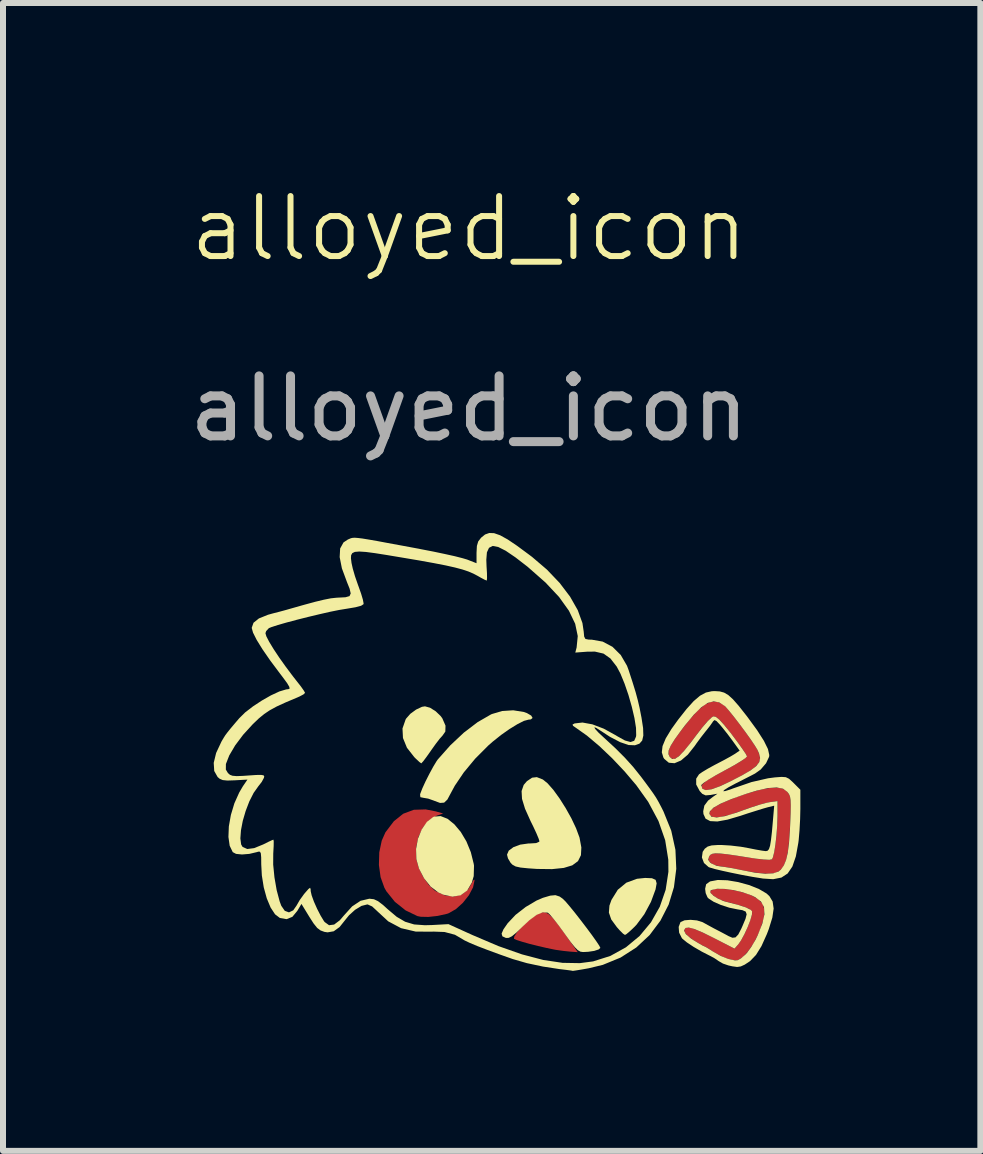
<source format=kicad_pcb>
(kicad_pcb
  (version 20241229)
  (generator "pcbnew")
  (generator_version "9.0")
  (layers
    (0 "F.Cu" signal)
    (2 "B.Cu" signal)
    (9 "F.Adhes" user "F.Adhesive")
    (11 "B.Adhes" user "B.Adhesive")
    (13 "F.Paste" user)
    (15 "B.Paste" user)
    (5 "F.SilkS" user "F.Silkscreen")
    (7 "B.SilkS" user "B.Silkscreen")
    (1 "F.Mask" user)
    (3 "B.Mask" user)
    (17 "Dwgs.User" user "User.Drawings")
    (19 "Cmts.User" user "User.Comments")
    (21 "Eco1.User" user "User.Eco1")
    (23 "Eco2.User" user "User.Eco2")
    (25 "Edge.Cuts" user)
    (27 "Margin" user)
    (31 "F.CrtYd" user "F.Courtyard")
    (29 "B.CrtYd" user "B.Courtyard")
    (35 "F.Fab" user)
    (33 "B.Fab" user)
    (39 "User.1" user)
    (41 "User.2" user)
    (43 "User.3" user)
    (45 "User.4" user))
  (footprint "alloyed_icon"
    (layer "F.Cu")
    (at 4.768 1.26)
    (property "Reference" "alloyed_icon" (at 0 -0.5 0) (unlocked yes) (layer "F.SilkS") (effects (font (size 1 1) (thickness 0.1))))
    (attr smd)
    (fp_poly (pts (xy 1.322 10.921) (xy 1.393 10.987) (xy 1.48 11.093) (xy 1.591 11.246) (xy 1.66 11.344) (xy 1.811 11.559) (xy 1.685 11.55) (xy 1.569 11.538) (xy 1.442 11.52) (xy 1.421 11.516) (xy 1.291 11.489) (xy 1.148 11.456) (xy 1.008 11.421) (xy 0.885 11.386) (xy 0.794 11.357) (xy 0.749 11.337) (xy 0.748 11.337) (xy 0.752 11.3) (xy 0.794 11.234) (xy 0.865 11.152) (xy 0.953 11.065) (xy 1.05 10.986) (xy 1.057 10.98) (xy 1.136 10.926) (xy 1.202 10.896) (xy 1.261 10.892)) (stroke (width 0) (type solid)) (fill yes) (layer "F.Cu"))
    (fp_poly (pts (xy -0.559 9.212) (xy -0.432 9.248) (xy -0.54 9.285) (xy -0.667 9.361) (xy -0.771 9.484) (xy -0.845 9.641) (xy -0.884 9.819) (xy -0.88 10.003) (xy -0.88 10.006) (xy -0.839 10.153) (xy -0.765 10.305) (xy -0.672 10.438) (xy -0.573 10.532) (xy -0.561 10.54) (xy -0.401 10.613) (xy -0.251 10.631) (xy -0.12 10.597) (xy -0.016 10.511) (xy 0.032 10.433) (xy 0.066 10.368) (xy 0.088 10.348) (xy 0.091 10.36) (xy 0.066 10.479) (xy -0.003 10.61) (xy -0.103 10.736) (xy -0.22 10.842) (xy -0.342 10.911) (xy -0.368 10.92) (xy -0.525 10.955) (xy -0.679 10.972) (xy -0.807 10.969) (xy -0.861 10.958) (xy -1.058 10.863) (xy -1.237 10.72) (xy -1.378 10.545) (xy -1.411 10.487) (xy -1.475 10.309) (xy -1.503 10.106) (xy -1.497 9.896) (xy -1.456 9.701) (xy -1.395 9.563) (xy -1.254 9.377) (xy -1.098 9.252) (xy -0.921 9.186) (xy -0.723 9.18)) (stroke (width 0) (type solid)) (fill yes) (layer "F.Cu"))
    (fp_poly (pts (xy 4.337 10.513) (xy 4.49 10.543) (xy 4.642 10.587) (xy 4.708 10.613) (xy 4.825 10.679) (xy 4.897 10.76) (xy 4.924 10.866) (xy 4.909 11.002) (xy 4.853 11.176) (xy 4.81 11.277) (xy 4.737 11.418) (xy 4.651 11.543) (xy 4.564 11.638) (xy 4.487 11.689) (xy 4.478 11.692) (xy 4.41 11.692) (xy 4.319 11.673) (xy 4.302 11.667) (xy 4.199 11.623) (xy 4.088 11.562) (xy 4.06 11.545) (xy 3.984 11.496) (xy 3.932 11.466) (xy 3.921 11.462) (xy 3.888 11.447) (xy 3.819 11.406) (xy 3.745 11.362) (xy 3.646 11.29) (xy 3.592 11.228) (xy 3.585 11.203) (xy 3.6 11.16) (xy 3.648 11.147) (xy 3.735 11.166) (xy 3.864 11.218) (xy 4.041 11.303) (xy 4.079 11.322) (xy 4.424 11.5) (xy 4.491 11.422) (xy 4.542 11.347) (xy 4.597 11.243) (xy 4.649 11.126) (xy 4.691 11.014) (xy 4.716 10.924) (xy 4.717 10.878) (xy 4.673 10.84) (xy 4.57 10.797) (xy 4.413 10.751) (xy 4.283 10.719) (xy 4.194 10.689) (xy 4.11 10.644) (xy 4.046 10.596) (xy 4.016 10.554) (xy 4.02 10.537) (xy 4.087 10.509) (xy 4.197 10.502)) (stroke (width 0) (type solid)) (fill yes) (layer "F.Cu"))
    (fp_poly (pts (xy 4.134 7.384) (xy 4.225 7.428) (xy 4.261 7.456) (xy 4.311 7.51) (xy 4.386 7.601) (xy 4.478 7.719) (xy 4.574 7.847) (xy 4.666 7.974) (xy 4.743 8.085) (xy 4.794 8.166) (xy 4.803 8.182) (xy 4.84 8.269) (xy 4.849 8.342) (xy 4.826 8.409) (xy 4.765 8.475) (xy 4.661 8.549) (xy 4.507 8.635) (xy 4.355 8.712) (xy 4.173 8.797) (xy 4.038 8.845) (xy 3.946 8.858) (xy 3.891 8.837) (xy 3.873 8.803) (xy 3.887 8.765) (xy 3.94 8.716) (xy 4.037 8.653) (xy 4.184 8.571) (xy 4.251 8.535) (xy 4.391 8.459) (xy 4.507 8.391) (xy 4.59 8.336) (xy 4.63 8.302) (xy 4.632 8.298) (xy 4.614 8.26) (xy 4.564 8.183) (xy 4.489 8.078) (xy 4.397 7.955) (xy 4.386 7.941) (xy 4.273 7.797) (xy 4.188 7.701) (xy 4.127 7.646) (xy 4.084 7.628) (xy 4.077 7.628) (xy 4.029 7.658) (xy 3.953 7.735) (xy 3.855 7.854) (xy 3.775 7.959) (xy 3.648 8.126) (xy 3.549 8.243) (xy 3.472 8.313) (xy 3.414 8.341) (xy 3.369 8.331) (xy 3.345 8.307) (xy 3.323 8.258) (xy 3.326 8.198) (xy 3.359 8.12) (xy 3.427 8.012) (xy 3.532 7.866) (xy 3.533 7.865) (xy 3.689 7.666) (xy 3.822 7.521) (xy 3.938 7.428) (xy 4.04 7.383)) (stroke (width 0) (type solid)) (fill yes) (layer "F.Cu"))
    (fp_poly (pts (xy 5.255 8.847) (xy 5.306 8.89) (xy 5.331 8.926) (xy 5.349 8.967) (xy 5.358 9.024) (xy 5.361 9.11) (xy 5.359 9.235) (xy 5.352 9.412) (xy 5.352 9.414) (xy 5.337 9.673) (xy 5.315 9.875) (xy 5.283 10.026) (xy 5.238 10.133) (xy 5.177 10.202) (xy 5.097 10.24) (xy 4.995 10.252) (xy 4.968 10.252) (xy 4.859 10.244) (xy 4.716 10.224) (xy 4.566 10.196) (xy 4.537 10.19) (xy 4.404 10.163) (xy 4.285 10.142) (xy 4.203 10.131) (xy 4.187 10.13) (xy 4.098 10.11) (xy 4.036 10.079) (xy 3.988 10.033) (xy 3.99 9.985) (xy 4 9.964) (xy 4.021 9.937) (xy 4.053 9.92) (xy 4.107 9.912) (xy 4.189 9.915) (xy 4.309 9.928) (xy 4.474 9.952) (xy 4.691 9.987) (xy 4.836 10.007) (xy 4.953 10.018) (xy 5.027 10.018) (xy 5.047 10.012) (xy 5.069 9.961) (xy 5.091 9.861) (xy 5.111 9.727) (xy 5.127 9.572) (xy 5.137 9.411) (xy 5.14 9.291) (xy 5.14 9.04) (xy 5.005 9.06) (xy 4.916 9.08) (xy 4.789 9.117) (xy 4.645 9.165) (xy 4.569 9.193) (xy 4.352 9.268) (xy 4.187 9.307) (xy 4.075 9.312) (xy 4.015 9.281) (xy 4.004 9.253) (xy 4.024 9.196) (xy 4.101 9.133) (xy 4.236 9.063) (xy 4.432 8.984) (xy 4.616 8.92) (xy 4.844 8.853) (xy 5.022 8.819) (xy 5.157 8.817)) (stroke (width 0) (type solid)) (fill yes) (layer "F.Cu"))
    (fp_poly (pts (xy 1.322 10.921) (xy 1.393 10.987) (xy 1.48 11.093) (xy 1.591 11.246) (xy 1.66 11.344) (xy 1.811 11.559) (xy 1.685 11.55) (xy 1.569 11.538) (xy 1.442 11.52) (xy 1.421 11.516) (xy 1.291 11.489) (xy 1.148 11.456) (xy 1.008 11.421) (xy 0.885 11.386) (xy 0.794 11.357) (xy 0.749 11.337) (xy 0.748 11.337) (xy 0.752 11.3) (xy 0.794 11.234) (xy 0.865 11.152) (xy 0.953 11.065) (xy 1.05 10.986) (xy 1.057 10.98) (xy 1.136 10.926) (xy 1.202 10.896) (xy 1.261 10.892)) (stroke (width 0) (type solid)) (fill yes) (layer "F.Mask"))
    (fp_poly (pts (xy -0.559 9.212) (xy -0.432 9.248) (xy -0.54 9.285) (xy -0.667 9.361) (xy -0.771 9.484) (xy -0.845 9.641) (xy -0.884 9.819) (xy -0.88 10.003) (xy -0.88 10.006) (xy -0.839 10.153) (xy -0.765 10.305) (xy -0.672 10.438) (xy -0.573 10.532) (xy -0.561 10.54) (xy -0.401 10.613) (xy -0.251 10.631) (xy -0.12 10.597) (xy -0.016 10.511) (xy 0.032 10.433) (xy 0.066 10.368) (xy 0.088 10.348) (xy 0.091 10.36) (xy 0.066 10.479) (xy -0.003 10.61) (xy -0.103 10.736) (xy -0.22 10.842) (xy -0.342 10.911) (xy -0.368 10.92) (xy -0.525 10.955) (xy -0.679 10.972) (xy -0.807 10.969) (xy -0.861 10.958) (xy -1.058 10.863) (xy -1.237 10.72) (xy -1.378 10.545) (xy -1.411 10.487) (xy -1.475 10.309) (xy -1.503 10.106) (xy -1.497 9.896) (xy -1.456 9.701) (xy -1.395 9.563) (xy -1.254 9.377) (xy -1.098 9.252) (xy -0.921 9.186) (xy -0.723 9.18)) (stroke (width 0) (type solid)) (fill yes) (layer "F.Mask"))
    (fp_poly (pts (xy 4.337 10.513) (xy 4.49 10.543) (xy 4.642 10.587) (xy 4.708 10.613) (xy 4.825 10.679) (xy 4.897 10.76) (xy 4.924 10.866) (xy 4.909 11.002) (xy 4.853 11.176) (xy 4.81 11.277) (xy 4.737 11.418) (xy 4.651 11.543) (xy 4.564 11.638) (xy 4.487 11.689) (xy 4.478 11.692) (xy 4.41 11.692) (xy 4.319 11.673) (xy 4.302 11.667) (xy 4.199 11.623) (xy 4.088 11.562) (xy 4.06 11.545) (xy 3.984 11.496) (xy 3.932 11.466) (xy 3.921 11.462) (xy 3.888 11.447) (xy 3.819 11.406) (xy 3.745 11.362) (xy 3.646 11.29) (xy 3.592 11.228) (xy 3.585 11.203) (xy 3.6 11.16) (xy 3.648 11.147) (xy 3.735 11.166) (xy 3.864 11.218) (xy 4.041 11.303) (xy 4.079 11.322) (xy 4.424 11.5) (xy 4.491 11.422) (xy 4.542 11.347) (xy 4.597 11.243) (xy 4.649 11.126) (xy 4.691 11.014) (xy 4.716 10.924) (xy 4.717 10.878) (xy 4.673 10.84) (xy 4.57 10.797) (xy 4.413 10.751) (xy 4.283 10.719) (xy 4.194 10.689) (xy 4.11 10.644) (xy 4.046 10.596) (xy 4.016 10.554) (xy 4.02 10.537) (xy 4.087 10.509) (xy 4.197 10.502)) (stroke (width 0) (type solid)) (fill yes) (layer "F.Mask"))
    (fp_poly (pts (xy 4.134 7.384) (xy 4.225 7.428) (xy 4.261 7.456) (xy 4.311 7.51) (xy 4.386 7.601) (xy 4.478 7.719) (xy 4.574 7.847) (xy 4.666 7.974) (xy 4.743 8.085) (xy 4.794 8.166) (xy 4.803 8.182) (xy 4.84 8.269) (xy 4.849 8.342) (xy 4.826 8.409) (xy 4.765 8.475) (xy 4.661 8.549) (xy 4.507 8.635) (xy 4.355 8.712) (xy 4.173 8.797) (xy 4.038 8.845) (xy 3.946 8.858) (xy 3.891 8.837) (xy 3.873 8.803) (xy 3.887 8.765) (xy 3.94 8.716) (xy 4.037 8.653) (xy 4.184 8.571) (xy 4.251 8.535) (xy 4.391 8.459) (xy 4.507 8.391) (xy 4.59 8.336) (xy 4.63 8.302) (xy 4.632 8.298) (xy 4.614 8.26) (xy 4.564 8.183) (xy 4.489 8.078) (xy 4.397 7.955) (xy 4.386 7.941) (xy 4.273 7.797) (xy 4.188 7.701) (xy 4.127 7.646) (xy 4.084 7.628) (xy 4.077 7.628) (xy 4.029 7.658) (xy 3.953 7.735) (xy 3.855 7.854) (xy 3.775 7.959) (xy 3.648 8.126) (xy 3.549 8.243) (xy 3.472 8.313) (xy 3.414 8.341) (xy 3.369 8.331) (xy 3.345 8.307) (xy 3.323 8.258) (xy 3.326 8.198) (xy 3.359 8.12) (xy 3.427 8.012) (xy 3.532 7.866) (xy 3.533 7.865) (xy 3.689 7.666) (xy 3.822 7.521) (xy 3.938 7.428) (xy 4.04 7.383)) (stroke (width 0) (type solid)) (fill yes) (layer "F.Mask"))
    (fp_poly (pts (xy 5.255 8.847) (xy 5.306 8.89) (xy 5.331 8.926) (xy 5.349 8.967) (xy 5.358 9.024) (xy 5.361 9.11) (xy 5.359 9.235) (xy 5.352 9.412) (xy 5.352 9.414) (xy 5.337 9.673) (xy 5.315 9.875) (xy 5.283 10.026) (xy 5.238 10.133) (xy 5.177 10.202) (xy 5.097 10.24) (xy 4.995 10.252) (xy 4.968 10.252) (xy 4.859 10.244) (xy 4.716 10.224) (xy 4.566 10.196) (xy 4.537 10.19) (xy 4.404 10.163) (xy 4.285 10.142) (xy 4.203 10.131) (xy 4.187 10.13) (xy 4.098 10.11) (xy 4.036 10.079) (xy 3.988 10.033) (xy 3.99 9.985) (xy 4 9.964) (xy 4.021 9.937) (xy 4.053 9.92) (xy 4.107 9.912) (xy 4.189 9.915) (xy 4.309 9.928) (xy 4.474 9.952) (xy 4.691 9.987) (xy 4.836 10.007) (xy 4.953 10.018) (xy 5.027 10.018) (xy 5.047 10.012) (xy 5.069 9.961) (xy 5.091 9.861) (xy 5.111 9.727) (xy 5.127 9.572) (xy 5.137 9.411) (xy 5.14 9.291) (xy 5.14 9.04) (xy 5.005 9.06) (xy 4.916 9.08) (xy 4.789 9.117) (xy 4.645 9.165) (xy 4.569 9.193) (xy 4.352 9.268) (xy 4.187 9.307) (xy 4.075 9.312) (xy 4.015 9.281) (xy 4.004 9.253) (xy 4.024 9.196) (xy 4.101 9.133) (xy 4.236 9.063) (xy 4.432 8.984) (xy 4.616 8.92) (xy 4.844 8.853) (xy 5.022 8.819) (xy 5.157 8.817)) (stroke (width 0) (type solid)) (fill yes) (layer "F.Mask"))
    (fp_poly (pts (xy 3.048 10.327) (xy 3.109 10.354) (xy 3.126 10.412) (xy 3.108 10.511) (xy 3.108 10.512) (xy 3.031 10.721) (xy 2.921 10.926) (xy 2.791 11.101) (xy 2.757 11.137) (xy 2.681 11.209) (xy 2.623 11.258) (xy 2.598 11.272) (xy 2.565 11.25) (xy 2.507 11.192) (xy 2.462 11.141) (xy 2.369 11.014) (xy 2.33 10.9) (xy 2.339 10.783) (xy 2.373 10.688) (xy 2.478 10.519) (xy 2.621 10.401) (xy 2.799 10.336) (xy 2.934 10.322)) (stroke (width 0) (type solid)) (fill yes) (layer "F.SilkS"))
    (fp_poly (pts (xy -0.36 9.336) (xy -0.247 9.427) (xy -0.139 9.555) (xy -0.045 9.713) (xy 0.029 9.893) (xy 0.077 10.086) (xy 0.082 10.117) (xy 0.077 10.292) (xy 0.046 10.399) (xy -0.032 10.532) (xy -0.14 10.611) (xy -0.275 10.634) (xy -0.431 10.601) (xy -0.514 10.563) (xy -0.64 10.467) (xy -0.751 10.328) (xy -0.836 10.164) (xy -0.879 10.008) (xy -0.884 9.838) (xy -0.852 9.667) (xy -0.789 9.512) (xy -0.703 9.387) (xy -0.599 9.307) (xy -0.582 9.3) (xy -0.474 9.291)) (stroke (width 0) (type solid)) (fill yes) (layer "F.SilkS"))
    (fp_poly (pts (xy -0.651 7.485) (xy -0.556 7.545) (xy -0.473 7.625) (xy -0.446 7.662) (xy -0.393 7.784) (xy -0.396 7.883) (xy -0.443 7.95) (xy -0.489 8.001) (xy -0.556 8.088) (xy -0.631 8.193) (xy -0.641 8.208) (xy -0.709 8.304) (xy -0.763 8.376) (xy -0.794 8.41) (xy -0.797 8.412) (xy -0.827 8.391) (xy -0.884 8.338) (xy -0.913 8.309) (xy -1.036 8.152) (xy -1.102 7.99) (xy -1.11 7.831) (xy -1.058 7.681) (xy -1.05 7.667) (xy -0.98 7.587) (xy -0.883 7.516) (xy -0.785 7.47) (xy -0.735 7.462)) (stroke (width 0) (type solid)) (fill yes) (layer "F.SilkS"))
    (fp_poly (pts (xy 0.911 7.556) (xy 0.963 7.574) (xy 1.035 7.616) (xy 1.058 7.655) (xy 1.029 7.68) (xy 0.99 7.684) (xy 0.915 7.704) (xy 0.806 7.759) (xy 0.674 7.84) (xy 0.532 7.94) (xy 0.392 8.052) (xy 0.318 8.117) (xy 0.101 8.335) (xy -0.088 8.563) (xy -0.238 8.785) (xy -0.306 8.911) (xy -0.362 9.016) (xy -0.416 9.067) (xy -0.484 9.072) (xy -0.581 9.036) (xy -0.591 9.032) (xy -0.682 9) (xy -0.759 8.987) (xy -0.812 8.976) (xy -0.817 8.933) (xy -0.812 8.914) (xy -0.78 8.831) (xy -0.727 8.715) (xy -0.662 8.587) (xy -0.597 8.467) (xy -0.542 8.376) (xy -0.523 8.349) (xy -0.313 8.112) (xy -0.087 7.9) (xy 0.143 7.725) (xy 0.363 7.598) (xy 0.381 7.59) (xy 0.55 7.54) (xy 0.736 7.528)) (stroke (width 0) (type solid)) (fill yes) (layer "F.SilkS"))
    (fp_poly (pts (xy 1.228 8.681) (xy 1.229 8.681) (xy 1.308 8.745) (xy 1.404 8.854) (xy 1.507 8.996) (xy 1.61 9.159) (xy 1.705 9.329) (xy 1.783 9.494) (xy 1.837 9.64) (xy 1.841 9.652) (xy 1.871 9.814) (xy 1.864 9.943) (xy 1.815 10.042) (xy 1.72 10.112) (xy 1.578 10.155) (xy 1.383 10.175) (xy 1.133 10.172) (xy 0.986 10.162) (xy 0.858 10.149) (xy 0.776 10.131) (xy 0.722 10.101) (xy 0.692 10.07) (xy 0.648 9.996) (xy 0.632 9.934) (xy 0.661 9.867) (xy 0.739 9.809) (xy 0.852 9.767) (xy 0.986 9.748) (xy 1.005 9.748) (xy 1.117 9.741) (xy 1.168 9.719) (xy 1.172 9.708) (xy 1.158 9.664) (xy 1.122 9.578) (xy 1.069 9.464) (xy 1.024 9.373) (xy 0.932 9.168) (xy 0.882 9.004) (xy 0.875 8.874) (xy 0.91 8.772) (xy 0.964 8.709) (xy 1.05 8.651) (xy 1.129 8.642)) (stroke (width 0) (type solid)) (fill yes) (layer "F.SilkS"))
    (fp_poly (pts (xy 1.509 10.632) (xy 1.56 10.668) (xy 1.606 10.713) (xy 1.676 10.795) (xy 1.764 10.903) (xy 1.86 11.026) (xy 1.957 11.153) (xy 2.047 11.274) (xy 2.12 11.377) (xy 2.17 11.452) (xy 2.188 11.488) (xy 2.159 11.514) (xy 2.085 11.538) (xy 1.984 11.553) (xy 1.899 11.557) (xy 1.856 11.551) (xy 1.813 11.527) (xy 1.761 11.475) (xy 1.692 11.389) (xy 1.598 11.259) (xy 1.583 11.238) (xy 1.492 11.113) (xy 1.411 11.009) (xy 1.348 10.934) (xy 1.312 10.901) (xy 1.311 10.901) (xy 1.228 10.895) (xy 1.127 10.937) (xy 1.003 11.029) (xy 0.892 11.133) (xy 0.787 11.234) (xy 0.714 11.294) (xy 0.66 11.321) (xy 0.615 11.322) (xy 0.611 11.321) (xy 0.555 11.295) (xy 0.542 11.25) (xy 0.573 11.178) (xy 0.644 11.076) (xy 0.775 10.937) (xy 0.943 10.806) (xy 1.124 10.699) (xy 1.231 10.653) (xy 1.353 10.617) (xy 1.439 10.609)) (stroke (width 0) (type solid)) (fill yes) (layer "F.SilkS"))
    (fp_poly (pts (xy 4.305 10.361) (xy 4.484 10.391) (xy 4.664 10.44) (xy 4.828 10.505) (xy 4.956 10.58) (xy 5.005 10.625) (xy 5.059 10.715) (xy 5.076 10.832) (xy 5.054 10.983) (xy 4.995 11.174) (xy 4.963 11.258) (xy 4.873 11.458) (xy 4.782 11.605) (xy 4.683 11.708) (xy 4.594 11.767) (xy 4.528 11.797) (xy 4.467 11.806) (xy 4.388 11.795) (xy 4.321 11.78) (xy 4.231 11.749) (xy 4.163 11.71) (xy 4.091 11.661) (xy 4.029 11.627) (xy 3.88 11.551) (xy 3.742 11.471) (xy 3.629 11.396) (xy 3.556 11.336) (xy 3.546 11.325) (xy 3.501 11.235) (xy 3.498 11.204) (xy 3.584 11.204) (xy 3.612 11.257) (xy 3.69 11.325) (xy 3.745 11.362) (xy 3.833 11.415) (xy 3.897 11.452) (xy 3.921 11.462) (xy 3.953 11.478) (xy 4.02 11.519) (xy 4.06 11.545) (xy 4.193 11.621) (xy 4.322 11.673) (xy 4.43 11.696) (xy 4.478 11.693) (xy 4.534 11.66) (xy 4.606 11.597) (xy 4.634 11.567) (xy 4.702 11.473) (xy 4.773 11.353) (xy 4.81 11.277) (xy 4.887 11.082) (xy 4.922 10.928) (xy 4.915 10.808) (xy 4.865 10.716) (xy 4.77 10.644) (xy 4.708 10.613) (xy 4.562 10.562) (xy 4.407 10.525) (xy 4.259 10.505) (xy 4.133 10.503) (xy 4.045 10.522) (xy 4.02 10.537) (xy 4.024 10.571) (xy 4.071 10.617) (xy 4.146 10.665) (xy 4.234 10.705) (xy 4.283 10.72) (xy 4.474 10.768) (xy 4.613 10.813) (xy 4.695 10.854) (xy 4.717 10.878) (xy 4.714 10.933) (xy 4.688 11.025) (xy 4.644 11.139) (xy 4.591 11.255) (xy 4.536 11.357) (xy 4.491 11.423) (xy 4.424 11.5) (xy 4.079 11.323) (xy 3.893 11.231) (xy 3.755 11.173) (xy 3.661 11.149) (xy 3.606 11.156) (xy 3.585 11.193) (xy 3.584 11.204) (xy 3.498 11.204) (xy 3.493 11.138) (xy 3.522 11.061) (xy 3.527 11.056) (xy 3.591 11.028) (xy 3.69 11.02) (xy 3.798 11.03) (xy 3.891 11.059) (xy 3.902 11.065) (xy 3.982 11.109) (xy 4.081 11.163) (xy 4.108 11.177) (xy 4.21 11.23) (xy 4.304 11.28) (xy 4.323 11.291) (xy 4.389 11.319) (xy 4.44 11.313) (xy 4.486 11.265) (xy 4.537 11.167) (xy 4.556 11.124) (xy 4.607 11.003) (xy 4.626 10.927) (xy 4.61 10.883) (xy 4.555 10.859) (xy 4.474 10.846) (xy 4.337 10.818) (xy 4.198 10.773) (xy 4.077 10.72) (xy 3.992 10.665) (xy 3.973 10.645) (xy 3.943 10.575) (xy 3.934 10.503) (xy 3.951 10.427) (xy 4.013 10.382) (xy 4.021 10.379) (xy 4.145 10.356)) (stroke (width 0) (type solid)) (fill yes) (layer "F.SilkS"))
    (fp_poly (pts (xy 4.177 7.213) (xy 4.25 7.233) (xy 4.321 7.275) (xy 4.399 7.346) (xy 4.493 7.453) (xy 4.612 7.604) (xy 4.64 7.64) (xy 4.8 7.859) (xy 4.913 8.036) (xy 4.981 8.174) (xy 5.003 8.274) (xy 5 8.303) (xy 4.949 8.411) (xy 4.86 8.515) (xy 4.766 8.582) (xy 4.697 8.618) (xy 4.591 8.672) (xy 4.47 8.734) (xy 4.447 8.745) (xy 4.324 8.811) (xy 4.253 8.856) (xy 4.235 8.877) (xy 4.27 8.874) (xy 4.361 8.845) (xy 4.397 8.831) (xy 4.708 8.724) (xy 4.983 8.661) (xy 5.099 8.646) (xy 5.209 8.638) (xy 5.279 8.643) (xy 5.332 8.669) (xy 5.392 8.723) (xy 5.409 8.74) (xy 5.521 8.852) (xy 5.521 9.171) (xy 5.517 9.344) (xy 5.507 9.528) (xy 5.493 9.692) (xy 5.487 9.738) (xy 5.446 9.963) (xy 5.388 10.132) (xy 5.309 10.248) (xy 5.205 10.316) (xy 5.068 10.343) (xy 4.896 10.332) (xy 4.886 10.33) (xy 4.723 10.304) (xy 4.549 10.272) (xy 4.377 10.237) (xy 4.221 10.203) (xy 4.094 10.173) (xy 4.01 10.148) (xy 3.992 10.141) (xy 3.915 10.073) (xy 3.895 10.02) (xy 3.984 10.02) (xy 4.015 10.063) (xy 4.036 10.079) (xy 4.121 10.118) (xy 4.187 10.13) (xy 4.254 10.138) (xy 4.364 10.156) (xy 4.494 10.181) (xy 4.537 10.19) (xy 4.764 10.234) (xy 4.94 10.252) (xy 5.069 10.245) (xy 5.159 10.214) (xy 5.195 10.184) (xy 5.244 10.116) (xy 5.282 10.025) (xy 5.311 9.902) (xy 5.332 9.738) (xy 5.347 9.524) (xy 5.352 9.414) (xy 5.359 9.237) (xy 5.361 9.111) (xy 5.358 9.025) (xy 5.349 8.967) (xy 5.332 8.926) (xy 5.306 8.891) (xy 5.306 8.89) (xy 5.234 8.836) (xy 5.127 8.814) (xy 4.982 8.824) (xy 4.792 8.867) (xy 4.616 8.921) (xy 4.375 9.006) (xy 4.196 9.082) (xy 4.075 9.15) (xy 4.013 9.212) (xy 4.004 9.254) (xy 4.039 9.301) (xy 4.126 9.314) (xy 4.264 9.292) (xy 4.456 9.234) (xy 4.569 9.193) (xy 4.714 9.142) (xy 4.852 9.098) (xy 4.964 9.068) (xy 5.005 9.06) (xy 5.14 9.041) (xy 5.14 9.291) (xy 5.135 9.447) (xy 5.123 9.608) (xy 5.106 9.76) (xy 5.086 9.888) (xy 5.064 9.978) (xy 5.047 10.012) (xy 5.005 10.02) (xy 4.913 10.015) (xy 4.784 10.001) (xy 4.691 9.987) (xy 4.472 9.952) (xy 4.307 9.928) (xy 4.188 9.915) (xy 4.106 9.912) (xy 4.053 9.92) (xy 4.02 9.938) (xy 4 9.965) (xy 3.984 10.02) (xy 3.895 10.02) (xy 3.88 9.981) (xy 3.893 9.887) (xy 3.928 9.835) (xy 3.976 9.799) (xy 4.042 9.78) (xy 4.145 9.773) (xy 4.209 9.773) (xy 4.359 9.782) (xy 4.529 9.802) (xy 4.658 9.825) (xy 4.779 9.849) (xy 4.882 9.867) (xy 4.945 9.875) (xy 4.948 9.875) (xy 4.976 9.868) (xy 4.998 9.841) (xy 5.016 9.786) (xy 5.031 9.694) (xy 5.047 9.556) (xy 5.064 9.363) (xy 5.064 9.361) (xy 5.085 9.118) (xy 4.978 9.144) (xy 4.904 9.165) (xy 4.788 9.201) (xy 4.645 9.246) (xy 4.522 9.287) (xy 4.305 9.351) (xy 4.138 9.381) (xy 4.018 9.375) (xy 3.941 9.334) (xy 3.906 9.257) (xy 3.902 9.21) (xy 3.921 9.116) (xy 3.983 9.033) (xy 4.061 8.973) (xy 4.14 8.918) (xy 4.025 8.939) (xy 3.942 8.946) (xy 3.886 8.92) (xy 3.843 8.873) (xy 3.785 8.765) (xy 3.785 8.667) (xy 3.832 8.595) (xy 3.886 8.557) (xy 3.979 8.501) (xy 4.094 8.438) (xy 4.131 8.419) (xy 4.251 8.356) (xy 4.357 8.298) (xy 4.429 8.255) (xy 4.441 8.247) (xy 4.509 8.2) (xy 4.388 8.032) (xy 4.308 7.925) (xy 4.227 7.823) (xy 4.18 7.767) (xy 4.123 7.707) (xy 4.09 7.691) (xy 4.065 7.714) (xy 4.058 7.726) (xy 4.015 7.787) (xy 3.953 7.866) (xy 3.938 7.884) (xy 3.867 7.975) (xy 3.788 8.082) (xy 3.76 8.123) (xy 3.645 8.268) (xy 3.531 8.365) (xy 3.424 8.41) (xy 3.329 8.402) (xy 3.253 8.338) (xy 3.238 8.315) (xy 3.221 8.258) (xy 3.322 8.258) (xy 3.345 8.307) (xy 3.345 8.307) (xy 3.384 8.339) (xy 3.433 8.336) (xy 3.498 8.293) (xy 3.581 8.206) (xy 3.69 8.072) (xy 3.775 7.959) (xy 3.886 7.815) (xy 3.978 7.708) (xy 4.046 7.644) (xy 4.077 7.628) (xy 4.117 7.64) (xy 4.173 7.686) (xy 4.252 7.773) (xy 4.359 7.905) (xy 4.386 7.941) (xy 4.479 8.065) (xy 4.556 8.173) (xy 4.61 8.253) (xy 4.632 8.296) (xy 4.632 8.298) (xy 4.605 8.326) (xy 4.532 8.375) (xy 4.423 8.441) (xy 4.289 8.515) (xy 4.251 8.535) (xy 4.111 8.612) (xy 3.995 8.681) (xy 3.912 8.736) (xy 3.872 8.771) (xy 3.87 8.776) (xy 3.888 8.835) (xy 3.945 8.858) (xy 4.043 8.844) (xy 4.186 8.792) (xy 4.355 8.712) (xy 4.549 8.612) (xy 4.69 8.53) (xy 4.784 8.459) (xy 4.835 8.393) (xy 4.85 8.325) (xy 4.833 8.249) (xy 4.803 8.182) (xy 4.76 8.112) (xy 4.69 8.008) (xy 4.601 7.884) (xy 4.505 7.755) (xy 4.411 7.633) (xy 4.33 7.533) (xy 4.272 7.467) (xy 4.261 7.457) (xy 4.169 7.397) (xy 4.077 7.379) (xy 3.978 7.405) (xy 3.869 7.479) (xy 3.743 7.604) (xy 3.596 7.782) (xy 3.533 7.865) (xy 3.427 8.012) (xy 3.36 8.119) (xy 3.326 8.198) (xy 3.322 8.258) (xy 3.221 8.258) (xy 3.212 8.229) (xy 3.224 8.125) (xy 3.277 7.997) (xy 3.373 7.839) (xy 3.483 7.686) (xy 3.625 7.506) (xy 3.744 7.374) (xy 3.849 7.285) (xy 3.947 7.232) (xy 4.046 7.21) (xy 4.093 7.208)) (stroke (width 0) (type solid)) (fill yes) (layer "F.SilkS"))
    (fp_poly (pts (xy 0.417 4.576) (xy 0.517 4.611) (xy 0.642 4.68) (xy 0.798 4.785) (xy 0.994 4.93) (xy 1.05 4.972) (xy 1.297 5.183) (xy 1.51 5.406) (xy 1.683 5.634) (xy 1.811 5.859) (xy 1.889 6.074) (xy 1.91 6.215) (xy 1.918 6.3) (xy 1.939 6.339) (xy 1.993 6.35) (xy 2.045 6.351) (xy 2.226 6.383) (xy 2.39 6.47) (xy 2.528 6.607) (xy 2.632 6.786) (xy 2.659 6.859) (xy 2.725 7.062) (xy 2.775 7.224) (xy 2.812 7.361) (xy 2.842 7.49) (xy 2.869 7.629) (xy 2.873 7.648) (xy 2.9 7.824) (xy 2.904 7.949) (xy 2.885 8.032) (xy 2.839 8.084) (xy 2.764 8.111) (xy 2.659 8.107) (xy 2.518 8.059) (xy 2.349 7.971) (xy 2.188 7.866) (xy 2.115 7.819) (xy 2.087 7.812) (xy 2.102 7.84) (xy 2.159 7.902) (xy 2.241 7.978) (xy 2.437 8.159) (xy 2.596 8.318) (xy 2.735 8.472) (xy 2.866 8.636) (xy 2.905 8.688) (xy 2.999 8.815) (xy 3.066 8.908) (xy 3.116 8.983) (xy 3.158 9.056) (xy 3.204 9.143) (xy 3.24 9.215) (xy 3.369 9.534) (xy 3.439 9.854) (xy 3.453 10.17) (xy 3.414 10.476) (xy 3.326 10.766) (xy 3.189 11.034) (xy 3.009 11.274) (xy 2.787 11.481) (xy 2.525 11.649) (xy 2.228 11.771) (xy 1.991 11.828) (xy 1.872 11.849) (xy 1.78 11.864) (xy 1.731 11.871) (xy 1.727 11.871) (xy 1.698 11.865) (xy 1.622 11.855) (xy 1.515 11.842) (xy 1.505 11.841) (xy 1.231 11.799) (xy 0.963 11.742) (xy 0.728 11.674) (xy 0.711 11.668) (xy 0.496 11.592) (xy 0.301 11.52) (xy 0.134 11.456) (xy 0.006 11.402) (xy -0.076 11.363) (xy -0.099 11.349) (xy -0.236 11.269) (xy -0.409 11.223) (xy -0.6 11.216) (xy -0.617 11.218) (xy -0.89 11.216) (xy -1.134 11.159) (xy -1.348 11.045) (xy -1.533 10.874) (xy -1.538 10.869) (xy -1.616 10.797) (xy -1.69 10.764) (xy -1.699 10.764) (xy -1.793 10.788) (xy -1.9 10.853) (xy -2.001 10.944) (xy -2.056 11.012) (xy -2.158 11.14) (xy -2.256 11.211) (xy -2.358 11.229) (xy -2.411 11.221) (xy -2.476 11.197) (xy -2.532 11.155) (xy -2.592 11.08) (xy -2.66 10.974) (xy -2.794 10.755) (xy -2.863 10.871) (xy -2.945 10.97) (xy -3.041 11.009) (xy -3.154 10.989) (xy -3.234 10.928) (xy -3.308 10.815) (xy -3.372 10.662) (xy -3.422 10.48) (xy -3.454 10.281) (xy -3.464 10.097) (xy -3.465 9.979) (xy -3.471 9.912) (xy -3.485 9.885) (xy -3.513 9.884) (xy -3.535 9.891) (xy -3.662 9.921) (xy -3.785 9.931) (xy -3.884 9.921) (xy -3.939 9.892) (xy -3.99 9.786) (xy -4.011 9.639) (xy -4.004 9.463) (xy -3.97 9.272) (xy -3.912 9.079) (xy -3.831 8.898) (xy -3.77 8.794) (xy -3.694 8.683) (xy -3.909 8.695) (xy -4.03 8.699) (xy -4.106 8.691) (xy -4.157 8.669) (xy -4.191 8.64) (xy -4.248 8.539) (xy -4.249 8.516) (xy -4.054 8.516) (xy -4.019 8.574) (xy -3.986 8.603) (xy -3.943 8.619) (xy -3.874 8.625) (xy -3.766 8.621) (xy -3.681 8.615) (xy -3.547 8.606) (xy -3.466 8.605) (xy -3.425 8.612) (xy -3.414 8.629) (xy -3.42 8.655) (xy -3.456 8.722) (xy -3.513 8.795) (xy -3.591 8.905) (xy -3.663 9.047) (xy -3.724 9.207) (xy -3.772 9.371) (xy -3.802 9.528) (xy -3.812 9.663) (xy -3.799 9.764) (xy -3.775 9.805) (xy -3.697 9.84) (xy -3.582 9.825) (xy -3.432 9.764) (xy -3.344 9.72) (xy -3.281 9.691) (xy -3.261 9.684) (xy -3.256 9.713) (xy -3.257 9.79) (xy -3.263 9.899) (xy -3.264 9.916) (xy -3.265 10.1) (xy -3.244 10.312) (xy -3.207 10.525) (xy -3.157 10.713) (xy -3.13 10.786) (xy -3.072 10.87) (xy -3.002 10.896) (xy -2.931 10.862) (xy -2.877 10.785) (xy -2.823 10.691) (xy -2.751 10.591) (xy -2.734 10.571) (xy -2.677 10.506) (xy -2.65 10.486) (xy -2.641 10.508) (xy -2.64 10.541) (xy -2.624 10.612) (xy -2.586 10.717) (xy -2.533 10.836) (xy -2.474 10.951) (xy -2.42 11.04) (xy -2.407 11.057) (xy -2.334 11.11) (xy -2.249 11.099) (xy -2.154 11.027) (xy -2.089 10.951) (xy -1.949 10.796) (xy -1.809 10.703) (xy -1.666 10.669) (xy -1.654 10.669) (xy -1.586 10.677) (xy -1.518 10.709) (xy -1.435 10.772) (xy -1.358 10.842) (xy -1.206 10.97) (xy -1.066 11.052) (xy -0.916 11.097) (xy -0.738 11.11) (xy -0.619 11.107) (xy -0.344 11.092) (xy 0.057 11.274) (xy 0.489 11.458) (xy 0.882 11.596) (xy 1.236 11.689) (xy 1.557 11.737) (xy 1.846 11.742) (xy 2.067 11.713) (xy 2.354 11.622) (xy 2.614 11.478) (xy 2.841 11.29) (xy 3.031 11.062) (xy 3.178 10.803) (xy 3.276 10.52) (xy 3.322 10.22) (xy 3.32 10.018) (xy 3.268 9.693) (xy 3.156 9.373) (xy 2.985 9.054) (xy 2.787 8.777) (xy 2.592 8.547) (xy 2.382 8.325) (xy 2.168 8.122) (xy 1.964 7.95) (xy 1.792 7.828) (xy 1.733 7.787) (xy 1.724 7.765) (xy 1.759 7.747) (xy 1.89 7.732) (xy 2.055 7.762) (xy 2.244 7.834) (xy 2.449 7.947) (xy 2.464 7.957) (xy 2.597 8.031) (xy 2.691 8.057) (xy 2.752 8.036) (xy 2.782 7.967) (xy 2.785 7.942) (xy 2.782 7.821) (xy 2.756 7.658) (xy 2.712 7.47) (xy 2.656 7.273) (xy 2.591 7.084) (xy 2.523 6.918) (xy 2.46 6.799) (xy 2.355 6.664) (xy 2.24 6.583) (xy 2.098 6.55) (xy 1.971 6.551) (xy 1.77 6.566) (xy 1.792 6.482) (xy 1.811 6.291) (xy 1.768 6.086) (xy 1.664 5.869) (xy 1.5 5.64) (xy 1.274 5.399) (xy 0.989 5.148) (xy 0.974 5.135) (xy 0.772 4.979) (xy 0.61 4.869) (xy 0.485 4.806) (xy 0.393 4.789) (xy 0.332 4.82) (xy 0.297 4.896) (xy 0.287 5.019) (xy 0.291 5.129) (xy 0.298 5.242) (xy 0.299 5.326) (xy 0.295 5.365) (xy 0.294 5.366) (xy 0.259 5.352) (xy 0.19 5.315) (xy 0.145 5.289) (xy 0.071 5.25) (xy -0.013 5.214) (xy -0.112 5.181) (xy -0.236 5.148) (xy -0.392 5.113) (xy -0.587 5.075) (xy -0.83 5.031) (xy -1.109 4.984) (xy -1.366 4.941) (xy -1.568 4.909) (xy -1.72 4.889) (xy -1.83 4.882) (xy -1.903 4.888) (xy -1.946 4.908) (xy -1.966 4.943) (xy -1.969 4.993) (xy -1.961 5.059) (xy -1.96 5.07) (xy -1.939 5.165) (xy -1.902 5.293) (xy -1.854 5.432) (xy -1.843 5.462) (xy -1.8 5.583) (xy -1.77 5.684) (xy -1.758 5.748) (xy -1.76 5.76) (xy -1.8 5.786) (xy -1.895 5.811) (xy -2.037 5.835) (xy -2.056 5.838) (xy -2.166 5.856) (xy -2.315 5.886) (xy -2.49 5.926) (xy -2.678 5.971) (xy -2.865 6.018) (xy -3.038 6.064) (xy -3.185 6.106) (xy -3.293 6.141) (xy -3.337 6.159) (xy -3.382 6.208) (xy -3.394 6.243) (xy -3.379 6.295) (xy -3.332 6.386) (xy -3.258 6.508) (xy -3.163 6.651) (xy -3.054 6.804) (xy -2.937 6.96) (xy -2.871 7.044) (xy -2.802 7.132) (xy -2.753 7.202) (xy -2.734 7.237) (xy -2.734 7.238) (xy -2.76 7.263) (xy -2.828 7.299) (xy -2.869 7.317) (xy -3.061 7.398) (xy -3.207 7.465) (xy -3.321 7.527) (xy -3.415 7.59) (xy -3.505 7.664) (xy -3.602 7.757) (xy -3.608 7.763) (xy -3.765 7.935) (xy -3.898 8.112) (xy -3.997 8.28) (xy -4.053 8.423) (xy -4.054 8.516) (xy -4.249 8.516) (xy -4.256 8.404) (xy -4.216 8.239) (xy -4.127 8.049) (xy -4.09 7.986) (xy -4.064 7.945) (xy -4.029 7.898) (xy -3.976 7.832) (xy -3.896 7.737) (xy -3.831 7.661) (xy -3.733 7.564) (xy -3.602 7.463) (xy -3.453 7.365) (xy -3.302 7.279) (xy -3.162 7.214) (xy -3.049 7.18) (xy -3.013 7.176) (xy -2.991 7.167) (xy -2.997 7.136) (xy -3.033 7.075) (xy -3.105 6.977) (xy -3.153 6.914) (xy -3.313 6.7) (xy -3.443 6.512) (xy -3.54 6.355) (xy -3.601 6.234) (xy -3.623 6.154) (xy -3.623 6.154) (xy -3.593 6.069) (xy -3.503 5.997) (xy -3.352 5.936) (xy -3.273 5.914) (xy -3.156 5.884) (xy -3.049 5.855) (xy -3.004 5.842) (xy -2.761 5.773) (xy -2.57 5.721) (xy -2.421 5.685) (xy -2.305 5.662) (xy -2.213 5.652) (xy -2.178 5.65) (xy -2.06 5.644) (xy -1.993 5.625) (xy -1.973 5.581) (xy -1.991 5.502) (xy -2.035 5.392) (xy -2.12 5.162) (xy -2.157 4.975) (xy -2.149 4.831) (xy -2.093 4.73) (xy -2.021 4.682) (xy -1.993 4.67) (xy -1.969 4.66) (xy -1.942 4.654) (xy -1.905 4.652) (xy -1.853 4.656) (xy -1.779 4.665) (xy -1.675 4.682) (xy -1.536 4.706) (xy -1.355 4.74) (xy -1.126 4.782) (xy -0.841 4.835) (xy -0.797 4.844) (xy -0.595 4.883) (xy -0.405 4.923) (xy -0.238 4.96) (xy -0.109 4.993) (xy -0.028 5.017) (xy -0.027 5.018) (xy 0.124 5.077) (xy 0.124 4.903) (xy 0.13 4.789) (xy 0.152 4.714) (xy 0.199 4.653) (xy 0.202 4.65) (xy 0.266 4.598) (xy 0.336 4.573)) (stroke (width 0) (type solid)) (fill yes) (layer "F.SilkS"))
    (fp_text user "${REFERENCE}" (at 0 2.5 0) (unlocked yes) (layer "F.Fab") (effects (font (size 1 1) (thickness 0.15)))))
  (gr_rect
    (start -3 -3)
    (end 13.289 16.131)
    (stroke (width 0.1) (type default))
    (fill no)
    (layer "Edge.Cuts")))
</source>
